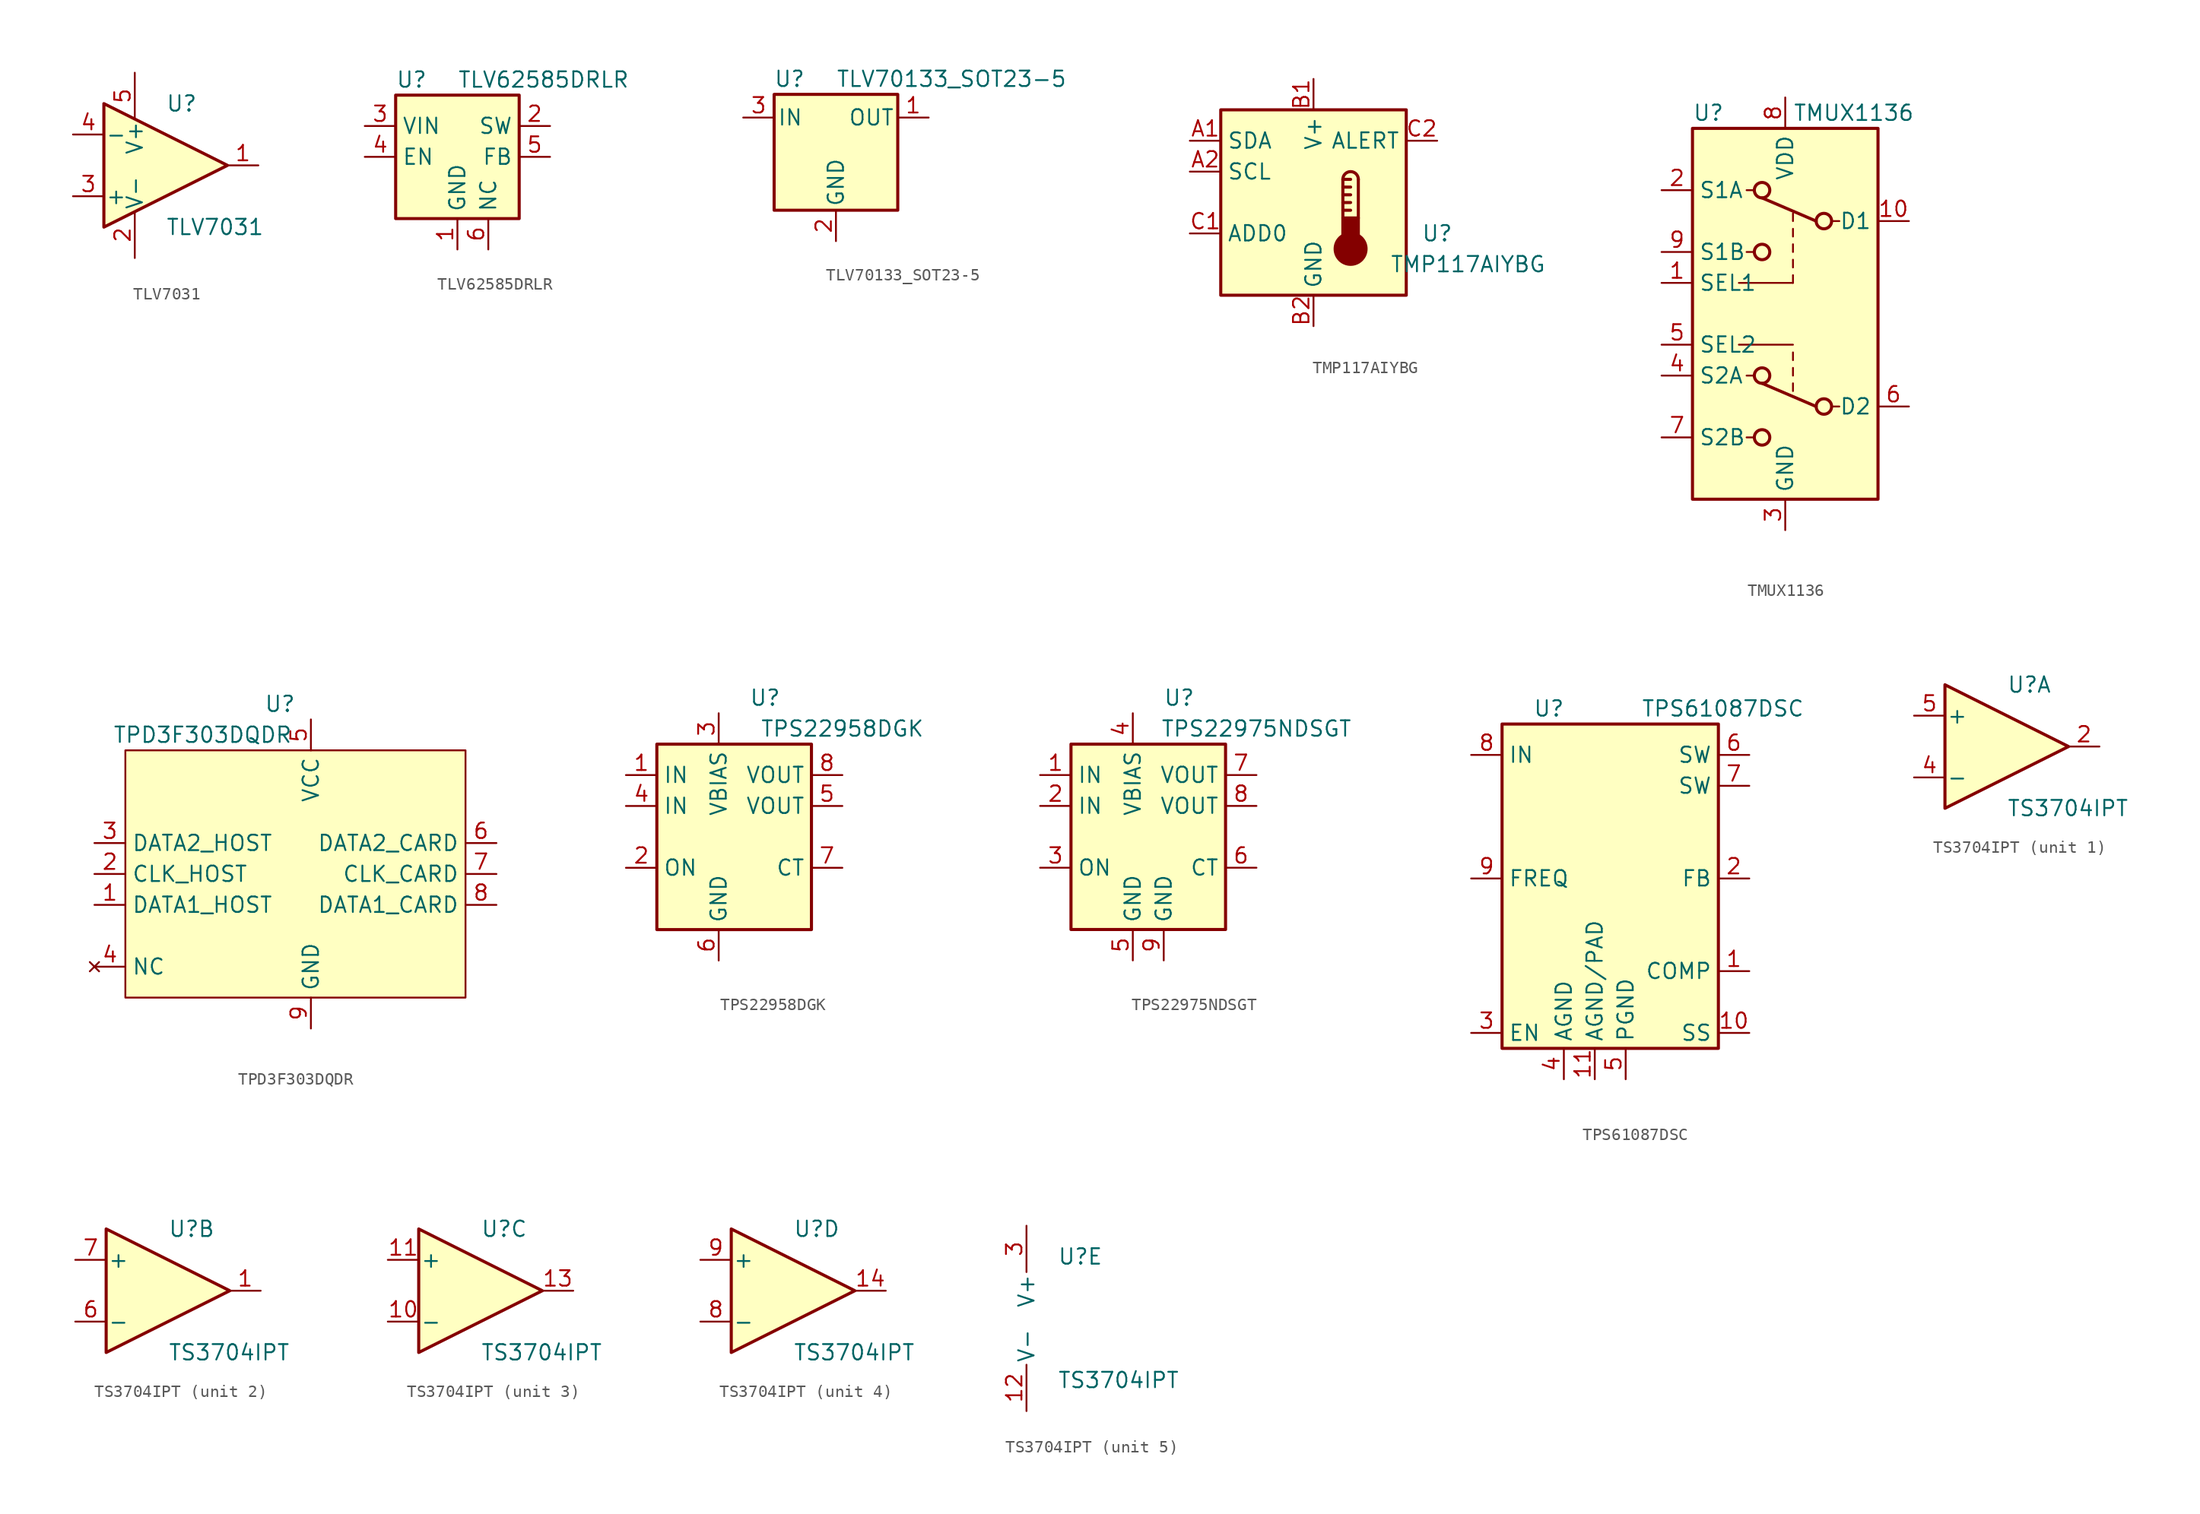
<source format=kicad_sym>
(kicad_symbol_lib
  (version 20220914)
  (generator kicad_symbol_editor)
  (symbol "TLV7031"
    (pin_names
      (offset 0.127))
    (property "Reference" "U"
      (at 0 5.08 0)
      (effects (font (size 1.27 1.27)) (justify left)))
    (property "Value" "TLV7031"
      (at 0 -5.08 0)
      (effects (font (size 1.27 1.27)) (justify left)))
    (symbol "TLV7031_0_1"
      (polyline (pts (xy -5.08 5.08) (xy 5.08 0) (xy -5.08 -5.08) (xy -5.08 5.08)) (stroke (width 0.254) (type default)) (fill (type background)))
      (pin power_in line (at -2.54 -7.62 90) (length 3.81) (name "V-" (effects (font (size 1.27 1.27)))) (number "2" (effects (font (size 1.27 1.27)))))
      (pin power_in line (at -2.54 7.62 270) (length 3.81) (name "V+" (effects (font (size 1.27 1.27)))) (number "5" (effects (font (size 1.27 1.27))))))
    (symbol "TLV7031_1_1"
      (pin output line (at 7.62 0 180) (length 2.54) (name "~" (effects (font (size 1.27 1.27)))) (number "1" (effects (font (size 1.27 1.27)))))
      (pin input line (at -7.62 -2.54 0) (length 2.54) (name "+" (effects (font (size 1.27 1.27)))) (number "3" (effects (font (size 1.27 1.27)))))
      (pin input line (at -7.62 2.54 0) (length 2.54) (name "-" (effects (font (size 1.27 1.27)))) (number "4" (effects (font (size 1.27 1.27)))))))
  (symbol "TLV62585DRLR"
    (property "Reference" "U"
      (at -5.08 6.35 0)
      (effects (font (size 1.27 1.27)) (justify left)))
    (property "Value" "TLV62585DRLR"
      (at 0 6.35 0)
      (effects (font (size 1.27 1.27)) (justify left)))
    (symbol "TLV62585DRLR_0_1"
      (rectangle (start -5.08 5.08) (end 5.08 -5.08) (stroke (width 0.254) (type default)) (fill (type background))))
    (symbol "TLV62585DRLR_1_1"
      (pin power_in line (at 0 -7.62 90) (length 2.54) (name "GND" (effects (font (size 1.27 1.27)))) (number "1" (effects (font (size 1.27 1.27)))))
      (pin power_out line (at 7.62 2.54 180) (length 2.54) (name "SW" (effects (font (size 1.27 1.27)))) (number "2" (effects (font (size 1.27 1.27)))))
      (pin power_in line (at -7.62 2.54 0) (length 2.54) (name "VIN" (effects (font (size 1.27 1.27)))) (number "3" (effects (font (size 1.27 1.27)))))
      (pin input line (at -7.62 0 0) (length 2.54) (name "EN" (effects (font (size 1.27 1.27)))) (number "4" (effects (font (size 1.27 1.27)))))
      (pin input line (at 7.62 0 180) (length 2.54) (name "FB" (effects (font (size 1.27 1.27)))) (number "5" (effects (font (size 1.27 1.27)))))
      (pin passive line (at 2.54 -7.62 90) (length 2.54) (name "NC" (effects (font (size 1.27 1.27)))) (number "6" (effects (font (size 1.27 1.27)))))))
  (symbol "TLV70133_SOT23-5"
    (pin_names
      (offset 0.254))
    (property "Reference" "U"
      (at -3.81 5.715 0)
      (effects (font (size 1.27 1.27))))
    (property "Value" "TLV70133_SOT23-5"
      (at 0 5.715 0)
      (effects (font (size 1.27 1.27)) (justify left)))
    (symbol "TLV70133_SOT23-5_0_1"
      (rectangle (start -5.08 4.445) (end 5.08 -5.08) (stroke (width 0.254) (type default)) (fill (type background))))
    (symbol "TLV70133_SOT23-5_1_1"
      (pin power_out line (at 7.62 2.54 180) (length 2.54) (name "OUT" (effects (font (size 1.27 1.27)))) (number "1" (effects (font (size 1.27 1.27)))))
      (pin power_in line (at 0 -7.62 90) (length 2.54) (name "GND" (effects (font (size 1.27 1.27)))) (number "2" (effects (font (size 1.27 1.27)))))
      (pin power_in line (at -7.62 2.54 0) (length 2.54) (name "IN" (effects (font (size 1.27 1.27)))) (number "3" (effects (font (size 1.27 1.27)))))
      (pin no_connect line (at 7.62 0 180) (length 2.54) hide (name "NC" (effects (font (size 1.27 1.27)))) (number "4" (effects (font (size 1.27 1.27)))))
      (pin no_connect line (at 7.62 -2.54 180) (length 2.54) hide (name "NC" (effects (font (size 1.27 1.27)))) (number "5" (effects (font (size 1.27 1.27)))))))
  (symbol "TMP117AIYBG"
    (property "Reference" "U"
      (at 10.16 -2.54 0)
      (effects (font (size 1.27 1.27))))
    (property "Value" "TMP117AIYBG"
      (at 12.7 -5.08 0)
      (effects (font (size 1.27 1.27))))
    (symbol "TMP117AIYBG_0_1"
      (rectangle (start -7.62 7.62) (end 7.62 -7.62) (stroke (width 0.254) (type default)) (fill (type background))))
    (symbol "TMP117AIYBG_1_1"
      (polyline (pts (xy 2.413 -0.635) (xy 3.048 -0.635)) (stroke (width 0.254) (type default)) (fill (type none)))
      (polyline (pts (xy 2.413 0) (xy 3.048 0)) (stroke (width 0.254) (type default)) (fill (type none)))
      (polyline (pts (xy 2.413 0.635) (xy 3.048 0.635)) (stroke (width 0.254) (type default)) (fill (type none)))
      (polyline (pts (xy 2.413 1.27) (xy 3.048 1.27)) (stroke (width 0.254) (type default)) (fill (type none)))
      (polyline (pts (xy 2.413 1.905) (xy 2.413 -1.27)) (stroke (width 0.254) (type default)) (fill (type none)))
      (polyline (pts (xy 2.413 1.905) (xy 3.048 1.905)) (stroke (width 0.254) (type default)) (fill (type none)))
      (polyline (pts (xy 3.683 1.905) (xy 3.683 -1.27)) (stroke (width 0.254) (type default)) (fill (type none)))
      (circle (center 3.048 -3.81) (radius 1.27) (stroke (width 0.254) (type default)) (fill (type outline)))
      (rectangle (start 3.683 -3.175) (end 2.413 -1.27) (stroke (width 0.254) (type default)) (fill (type outline)))
      (arc (start 3.683 1.905) (mid 3.048 2.5373) (end 2.413 1.905) (stroke (width 0.254) (type default)) (fill (type none)))
      (pin bidirectional line (at -10.16 5.08 0) (length 2.54) (name "SDA" (effects (font (size 1.27 1.27)))) (number "A1" (effects (font (size 1.27 1.27)))))
      (pin input line (at -10.16 2.54 0) (length 2.54) (name "SCL" (effects (font (size 1.27 1.27)))) (number "A2" (effects (font (size 1.27 1.27)))))
      (pin power_in line (at 0 10.16 270) (length 2.54) (name "V+" (effects (font (size 1.27 1.27)))) (number "B1" (effects (font (size 1.27 1.27)))))
      (pin power_in line (at 0 -10.16 90) (length 2.54) (name "GND" (effects (font (size 1.27 1.27)))) (number "B2" (effects (font (size 1.27 1.27)))))
      (pin input line (at -10.16 -2.54 0) (length 2.54) (name "ADD0" (effects (font (size 1.27 1.27)))) (number "C1" (effects (font (size 1.27 1.27)))))
      (pin open_collector line (at 10.16 5.08 180) (length 2.54) (name "ALERT" (effects (font (size 1.27 1.27)))) (number "C2" (effects (font (size 1.27 1.27)))))))
  (symbol "TMUX1136"
    (property "Reference" "U"
      (at -7.62 16.51 0)
      (effects (font (size 1.27 1.27)) (justify left)))
    (property "Value" "TMUX1136"
      (at 0.635 16.51 0)
      (effects (font (size 1.27 1.27)) (justify left)))
    (symbol "TMUX1136_0_1"
      (rectangle (start -7.62 15.24) (end 7.62 -15.24) (stroke (width 0.254) (type default)) (fill (type background)))
      (circle (center -1.905 -10.16) (radius 0.635) (stroke (width 0.254) (type default)) (fill (type none)))
      (circle (center -1.905 -5.08) (radius 0.635) (stroke (width 0.254) (type default)) (fill (type none)))
      (circle (center -1.905 5.08) (radius 0.635) (stroke (width 0.254) (type default)) (fill (type none)))
      (circle (center -1.905 10.16) (radius 0.635) (stroke (width 0.254) (type default)) (fill (type none)))
      (polyline (pts (xy -3.81 -2.54) (xy 0.635 -2.54)) (stroke (width 0) (type default)) (fill (type none)))
      (polyline (pts (xy -3.81 2.54) (xy 0.635 2.54)) (stroke (width 0) (type default)) (fill (type none)))
      (polyline (pts (xy -3.175 -10.16) (xy -2.54 -10.16)) (stroke (width 0) (type default)) (fill (type none)))
      (polyline (pts (xy -3.175 -5.08) (xy -2.54 -5.08)) (stroke (width 0) (type default)) (fill (type none)))
      (polyline (pts (xy -3.175 5.08) (xy -2.54 5.08)) (stroke (width 0) (type default)) (fill (type none)))
      (polyline (pts (xy -3.175 10.16) (xy -2.54 10.16)) (stroke (width 0) (type default)) (fill (type none)))
      (polyline (pts (xy -1.905 9.525) (xy 2.54 7.62)) (stroke (width 0.254) (type default)) (fill (type none)))
      (polyline (pts (xy 0.635 -5.715) (xy 0.635 -6.35)) (stroke (width 0) (type default)) (fill (type none)))
      (polyline (pts (xy 0.635 -4.445) (xy 0.635 -5.08)) (stroke (width 0) (type default)) (fill (type none)))
      (polyline (pts (xy 0.635 -3.175) (xy 0.635 -3.81)) (stroke (width 0) (type default)) (fill (type none)))
      (polyline (pts (xy 0.635 3.175) (xy 0.635 2.54)) (stroke (width 0) (type default)) (fill (type none)))
      (polyline (pts (xy 0.635 4.445) (xy 0.635 3.81)) (stroke (width 0) (type default)) (fill (type none)))
      (polyline (pts (xy 0.635 5.715) (xy 0.635 5.08)) (stroke (width 0) (type default)) (fill (type none)))
      (polyline (pts (xy 0.635 6.985) (xy 0.635 6.35)) (stroke (width 0) (type default)) (fill (type none)))
      (polyline (pts (xy 0.635 8.255) (xy 0.635 7.62)) (stroke (width 0) (type default)) (fill (type none)))
      (polyline (pts (xy 2.54 -7.62) (xy -1.905 -5.715)) (stroke (width 0.254) (type default)) (fill (type none)))
      (polyline (pts (xy 4.445 -7.62) (xy 3.81 -7.62)) (stroke (width 0) (type default)) (fill (type none)))
      (polyline (pts (xy 4.445 7.62) (xy 3.81 7.62)) (stroke (width 0) (type default)) (fill (type none)))
      (circle (center 3.175 -7.62) (radius 0.635) (stroke (width 0.254) (type default)) (fill (type none)))
      (circle (center 3.175 7.62) (radius 0.635) (stroke (width 0.254) (type default)) (fill (type none))))
    (symbol "TMUX1136_1_1"
      (pin input line (at -10.16 2.54 0) (length 2.54) (name "SEL1" (effects (font (size 1.27 1.27)))) (number "1" (effects (font (size 1.27 1.27)))))
      (pin bidirectional line (at 10.16 7.62 180) (length 2.54) (name "D1" (effects (font (size 1.27 1.27)))) (number "10" (effects (font (size 1.27 1.27)))))
      (pin bidirectional line (at -10.16 10.16 0) (length 2.54) (name "S1A" (effects (font (size 1.27 1.27)))) (number "2" (effects (font (size 1.27 1.27)))))
      (pin power_in line (at 0 -17.78 90) (length 2.54) (name "GND" (effects (font (size 1.27 1.27)))) (number "3" (effects (font (size 1.27 1.27)))))
      (pin bidirectional line (at -10.16 -5.08 0) (length 2.54) (name "S2A" (effects (font (size 1.27 1.27)))) (number "4" (effects (font (size 1.27 1.27)))))
      (pin input line (at -10.16 -2.54 0) (length 2.54) (name "SEL2" (effects (font (size 1.27 1.27)))) (number "5" (effects (font (size 1.27 1.27)))))
      (pin bidirectional line (at 10.16 -7.62 180) (length 2.54) (name "D2" (effects (font (size 1.27 1.27)))) (number "6" (effects (font (size 1.27 1.27)))))
      (pin bidirectional line (at -10.16 -10.16 0) (length 2.54) (name "S2B" (effects (font (size 1.27 1.27)))) (number "7" (effects (font (size 1.27 1.27)))))
      (pin power_in line (at 0 17.78 270) (length 2.54) (name "VDD" (effects (font (size 1.27 1.27)))) (number "8" (effects (font (size 1.27 1.27)))))
      (pin bidirectional line (at -10.16 5.08 0) (length 2.54) (name "S1B" (effects (font (size 1.27 1.27)))) (number "9" (effects (font (size 1.27 1.27)))))))
  (symbol "TPD3F303DQDR"
    (property "Reference" "U"
      (at -2.54 24.13 0)
      (effects (font (size 1.27 1.27))))
    (property "Value" "TPD3F303DQDR"
      (at -8.89 21.59 0)
      (effects (font (size 1.27 1.27))))
    (symbol "TPD3F303DQDR_0_1"
      (rectangle (start 12.7 20.32) (end -15.24 0) (stroke (width 0) (type default)) (fill (type background))))
    (symbol "TPD3F303DQDR_1_1"
      (pin bidirectional line (at -17.78 7.62 0) (length 2.54) (name "DATA1_HOST" (effects (font (size 1.27 1.27)))) (number "1" (effects (font (size 1.27 1.27)))))
      (pin input line (at -17.78 10.16 0) (length 2.54) (name "CLK_HOST" (effects (font (size 1.27 1.27)))) (number "2" (effects (font (size 1.27 1.27)))))
      (pin bidirectional line (at -17.78 12.7 0) (length 2.54) (name "DATA2_HOST" (effects (font (size 1.27 1.27)))) (number "3" (effects (font (size 1.27 1.27)))))
      (pin no_connect line (at -17.78 2.54 0) (length 2.54) (name "NC" (effects (font (size 1.27 1.27)))) (number "4" (effects (font (size 1.27 1.27)))))
      (pin power_in line (at 0 22.86 270) (length 2.54) (name "VCC" (effects (font (size 1.27 1.27)))) (number "5" (effects (font (size 1.27 1.27)))))
      (pin bidirectional line (at 15.24 12.7 180) (length 2.54) (name "DATA2_CARD" (effects (font (size 1.27 1.27)))) (number "6" (effects (font (size 1.27 1.27)))))
      (pin output line (at 15.24 10.16 180) (length 2.54) (name "CLK_CARD" (effects (font (size 1.27 1.27)))) (number "7" (effects (font (size 1.27 1.27)))))
      (pin bidirectional line (at 15.24 7.62 180) (length 2.54) (name "DATA1_CARD" (effects (font (size 1.27 1.27)))) (number "8" (effects (font (size 1.27 1.27)))))
      (pin power_in line (at 0 -2.54 90) (length 2.54) (name "GND" (effects (font (size 1.27 1.27)))) (number "9" (effects (font (size 1.27 1.27)))))))
  (symbol "TPS22958DGK"
    (property "Reference" "U"
      (at 3.81 8.89 0)
      (effects (font (size 1.27 1.27))))
    (property "Value" "TPS22958DGK"
      (at 10.16 6.35 0)
      (effects (font (size 1.27 1.27))))
    (symbol "TPS22958DGK_0_1"
      (rectangle (start -5.08 5.08) (end 7.62 -10.16) (stroke (width 0.254) (type default)) (fill (type background))))
    (symbol "TPS22958DGK_1_1"
      (pin power_in line (at -7.62 2.54 0) (length 2.54) (name "IN" (effects (font (size 1.27 1.27)))) (number "1" (effects (font (size 1.27 1.27)))))
      (pin input line (at -7.62 -5.08 0) (length 2.54) (name "ON" (effects (font (size 1.27 1.27)))) (number "2" (effects (font (size 1.27 1.27)))))
      (pin power_in line (at 0 7.62 270) (length 2.54) (name "VBIAS" (effects (font (size 1.27 1.27)))) (number "3" (effects (font (size 1.27 1.27)))))
      (pin power_in line (at -7.62 0 0) (length 2.54) (name "IN" (effects (font (size 1.27 1.27)))) (number "4" (effects (font (size 1.27 1.27)))))
      (pin passive line (at 10.16 0 180) (length 2.54) (name "VOUT" (effects (font (size 1.27 1.27)))) (number "5" (effects (font (size 1.27 1.27)))))
      (pin power_in line (at 0 -12.7 90) (length 2.54) (name "GND" (effects (font (size 1.27 1.27)))) (number "6" (effects (font (size 1.27 1.27)))))
      (pin output line (at 10.16 -5.08 180) (length 2.54) (name "CT" (effects (font (size 1.27 1.27)))) (number "7" (effects (font (size 1.27 1.27)))))
      (pin power_out line (at 10.16 2.54 180) (length 2.54) (name "VOUT" (effects (font (size 1.27 1.27)))) (number "8" (effects (font (size 1.27 1.27)))))))
  (symbol "TPS22975NDSGT"
    (property "Reference" "U"
      (at 3.81 8.89 0)
      (effects (font (size 1.27 1.27))))
    (property "Value" "TPS22975NDSGT"
      (at 10.16 6.35 0)
      (effects (font (size 1.27 1.27))))
    (symbol "TPS22975NDSGT_0_1"
      (rectangle (start -5.08 5.08) (end 7.62 -10.16) (stroke (width 0.254) (type default)) (fill (type background))))
    (symbol "TPS22975NDSGT_1_1"
      (pin power_in line (at -7.62 2.54 0) (length 2.54) (name "IN" (effects (font (size 1.27 1.27)))) (number "1" (effects (font (size 1.27 1.27)))))
      (pin power_in line (at -7.62 0 0) (length 2.54) (name "IN" (effects (font (size 1.27 1.27)))) (number "2" (effects (font (size 1.27 1.27)))))
      (pin input line (at -7.62 -5.08 0) (length 2.54) (name "ON" (effects (font (size 1.27 1.27)))) (number "3" (effects (font (size 1.27 1.27)))))
      (pin power_in line (at 0 7.62 270) (length 2.54) (name "VBIAS" (effects (font (size 1.27 1.27)))) (number "4" (effects (font (size 1.27 1.27)))))
      (pin power_in line (at 0 -12.7 90) (length 2.54) (name "GND" (effects (font (size 1.27 1.27)))) (number "5" (effects (font (size 1.27 1.27)))))
      (pin output line (at 10.16 -5.08 180) (length 2.54) (name "CT" (effects (font (size 1.27 1.27)))) (number "6" (effects (font (size 1.27 1.27)))))
      (pin power_out line (at 10.16 2.54 180) (length 2.54) (name "VOUT" (effects (font (size 1.27 1.27)))) (number "7" (effects (font (size 1.27 1.27)))))
      (pin passive line (at 10.16 0 180) (length 2.54) (name "VOUT" (effects (font (size 1.27 1.27)))) (number "8" (effects (font (size 1.27 1.27)))))
      (pin power_in line (at 2.54 -12.7 90) (length 2.54) (name "GND" (effects (font (size 1.27 1.27)))) (number "9" (effects (font (size 1.27 1.27)))))))
  (symbol "TPS61087DSC"
    (property "Reference" "U"
      (at -7.62 15.24 0)
      (effects (font (size 1.27 1.27)) (justify left)))
    (property "Value" "TPS61087DSC"
      (at 1.27 15.24 0)
      (effects (font (size 1.27 1.27)) (justify left)))
    (symbol "TPS61087DSC_0_1"
      (rectangle (start -10.16 13.97) (end 7.62 -12.7) (stroke (width 0.254) (type default)) (fill (type background))))
    (symbol "TPS61087DSC_1_1"
      (pin passive line (at 10.16 -6.35 180) (length 2.54) (name "COMP" (effects (font (size 1.27 1.27)))) (number "1" (effects (font (size 1.27 1.27)))))
      (pin output line (at 10.16 -11.43 180) (length 2.54) (name "SS" (effects (font (size 1.27 1.27)))) (number "10" (effects (font (size 1.27 1.27)))))
      (pin power_in line (at -2.54 -15.24 90) (length 2.54) (name "AGND/PAD" (effects (font (size 1.27 1.27)))) (number "11" (effects (font (size 1.27 1.27)))))
      (pin input line (at 10.16 1.27 180) (length 2.54) (name "FB" (effects (font (size 1.27 1.27)))) (number "2" (effects (font (size 1.27 1.27)))))
      (pin input line (at -12.7 -11.43 0) (length 2.54) (name "EN" (effects (font (size 1.27 1.27)))) (number "3" (effects (font (size 1.27 1.27)))))
      (pin power_in line (at -5.08 -15.24 90) (length 2.54) (name "AGND" (effects (font (size 1.27 1.27)))) (number "4" (effects (font (size 1.27 1.27)))))
      (pin power_in line (at 0 -15.24 90) (length 2.54) (name "PGND" (effects (font (size 1.27 1.27)))) (number "5" (effects (font (size 1.27 1.27)))))
      (pin input line (at 10.16 11.43 180) (length 2.54) (name "SW" (effects (font (size 1.27 1.27)))) (number "6" (effects (font (size 1.27 1.27)))))
      (pin input line (at 10.16 8.89 180) (length 2.54) (name "SW" (effects (font (size 1.27 1.27)))) (number "7" (effects (font (size 1.27 1.27)))))
      (pin power_in line (at -12.7 11.43 0) (length 2.54) (name "IN" (effects (font (size 1.27 1.27)))) (number "8" (effects (font (size 1.27 1.27)))))
      (pin input line (at -12.7 1.27 0) (length 2.54) (name "FREQ" (effects (font (size 1.27 1.27)))) (number "9" (effects (font (size 1.27 1.27)))))))
  (symbol "TS3704IPT"
    (pin_names
      (offset 0.127))
    (property "Reference" "U"
      (at 0 5.08 0)
      (effects (font (size 1.27 1.27)) (justify left)))
    (property "Value" "TS3704IPT"
      (at 0 -5.08 0)
      (effects (font (size 1.27 1.27)) (justify left)))
    (property "ki_locked" ""
      (at 0 0 0)
      (effects (font (size 1.27 1.27))))
    (symbol "TS3704IPT_1_1"
      (polyline (pts (xy -5.08 5.08) (xy 5.08 0) (xy -5.08 -5.08) (xy -5.08 5.08)) (stroke (width 0.254) (type default)) (fill (type background)))
      (pin output line (at 7.62 0 180) (length 2.54) (name "~" (effects (font (size 1.27 1.27)))) (number "2" (effects (font (size 1.27 1.27)))))
      (pin input line (at -7.62 -2.54 0) (length 2.54) (name "-" (effects (font (size 1.27 1.27)))) (number "4" (effects (font (size 1.27 1.27)))))
      (pin input line (at -7.62 2.54 0) (length 2.54) (name "+" (effects (font (size 1.27 1.27)))) (number "5" (effects (font (size 1.27 1.27))))))
    (symbol "TS3704IPT_2_1"
      (polyline (pts (xy -5.08 5.08) (xy 5.08 0) (xy -5.08 -5.08) (xy -5.08 5.08)) (stroke (width 0.254) (type default)) (fill (type background)))
      (pin output line (at 7.62 0 180) (length 2.54) (name "~" (effects (font (size 1.27 1.27)))) (number "1" (effects (font (size 1.27 1.27)))))
      (pin input line (at -7.62 -2.54 0) (length 2.54) (name "-" (effects (font (size 1.27 1.27)))) (number "6" (effects (font (size 1.27 1.27)))))
      (pin input line (at -7.62 2.54 0) (length 2.54) (name "+" (effects (font (size 1.27 1.27)))) (number "7" (effects (font (size 1.27 1.27))))))
    (symbol "TS3704IPT_3_1"
      (polyline (pts (xy -5.08 5.08) (xy 5.08 0) (xy -5.08 -5.08) (xy -5.08 5.08)) (stroke (width 0.254) (type default)) (fill (type background)))
      (pin input line (at -7.62 -2.54 0) (length 2.54) (name "-" (effects (font (size 1.27 1.27)))) (number "10" (effects (font (size 1.27 1.27)))))
      (pin input line (at -7.62 2.54 0) (length 2.54) (name "+" (effects (font (size 1.27 1.27)))) (number "11" (effects (font (size 1.27 1.27)))))
      (pin output line (at 7.62 0 180) (length 2.54) (name "~" (effects (font (size 1.27 1.27)))) (number "13" (effects (font (size 1.27 1.27))))))
    (symbol "TS3704IPT_4_1"
      (polyline (pts (xy -5.08 5.08) (xy 5.08 0) (xy -5.08 -5.08) (xy -5.08 5.08)) (stroke (width 0.254) (type default)) (fill (type background)))
      (pin output line (at 7.62 0 180) (length 2.54) (name "~" (effects (font (size 1.27 1.27)))) (number "14" (effects (font (size 1.27 1.27)))))
      (pin input line (at -7.62 -2.54 0) (length 2.54) (name "-" (effects (font (size 1.27 1.27)))) (number "8" (effects (font (size 1.27 1.27)))))
      (pin input line (at -7.62 2.54 0) (length 2.54) (name "+" (effects (font (size 1.27 1.27)))) (number "9" (effects (font (size 1.27 1.27))))))
    (symbol "TS3704IPT_5_1"
      (pin power_in line (at -2.54 -7.62 90) (length 3.81) (name "V-" (effects (font (size 1.27 1.27)))) (number "12" (effects (font (size 1.27 1.27)))))
      (pin power_in line (at -2.54 7.62 270) (length 3.81) (name "V+" (effects (font (size 1.27 1.27)))) (number "3" (effects (font (size 1.27 1.27))))))))
</source>
